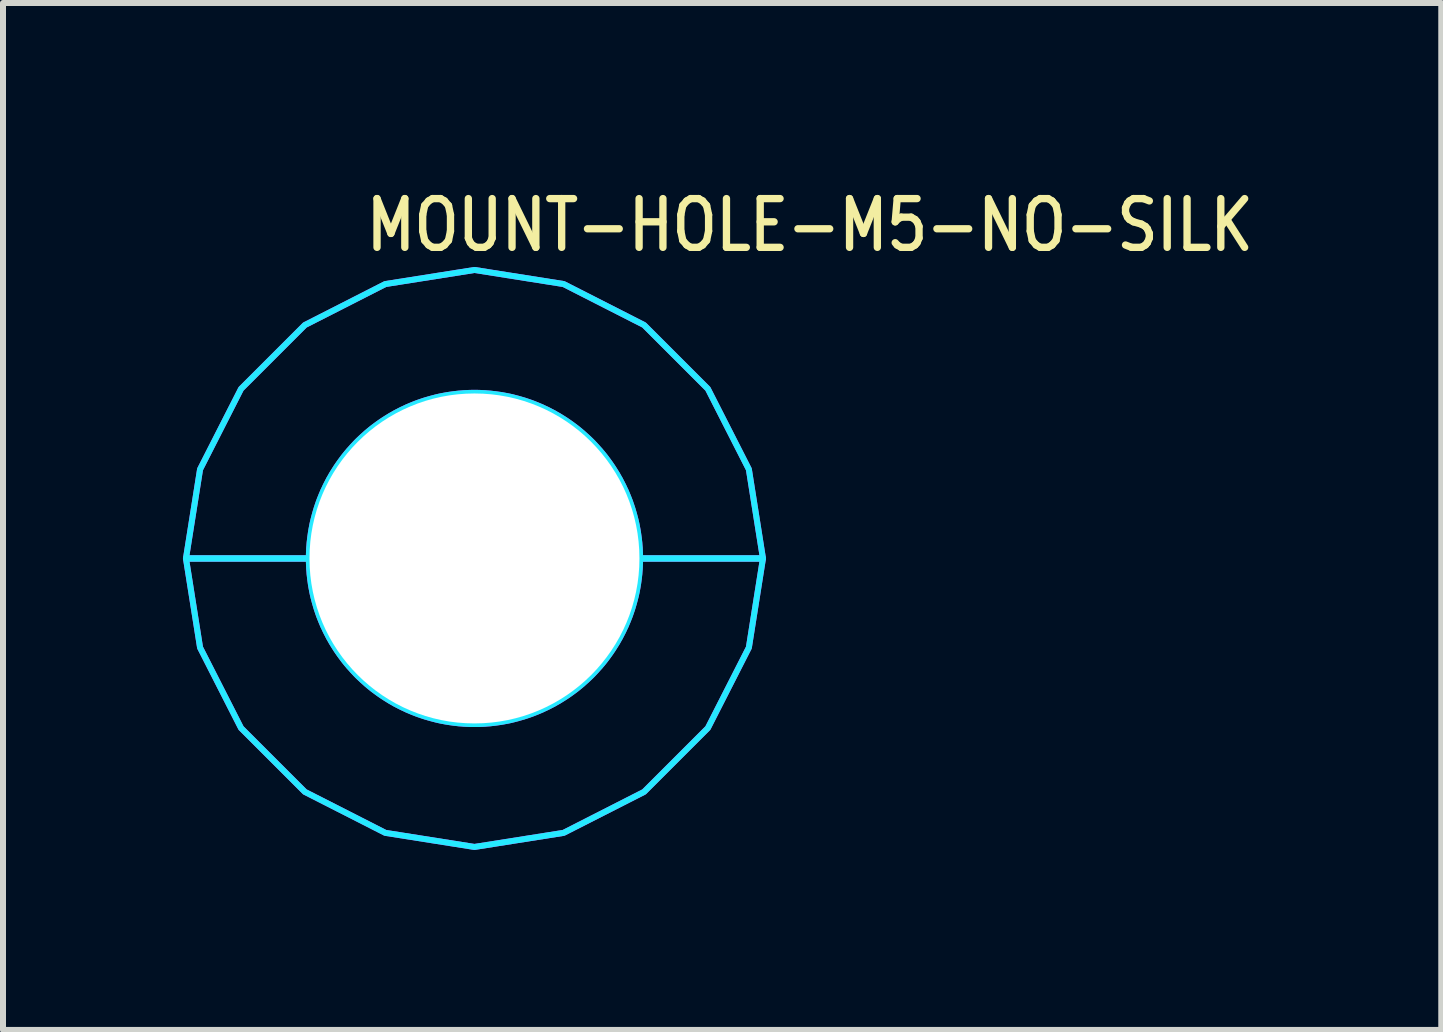
<source format=kicad_pcb>
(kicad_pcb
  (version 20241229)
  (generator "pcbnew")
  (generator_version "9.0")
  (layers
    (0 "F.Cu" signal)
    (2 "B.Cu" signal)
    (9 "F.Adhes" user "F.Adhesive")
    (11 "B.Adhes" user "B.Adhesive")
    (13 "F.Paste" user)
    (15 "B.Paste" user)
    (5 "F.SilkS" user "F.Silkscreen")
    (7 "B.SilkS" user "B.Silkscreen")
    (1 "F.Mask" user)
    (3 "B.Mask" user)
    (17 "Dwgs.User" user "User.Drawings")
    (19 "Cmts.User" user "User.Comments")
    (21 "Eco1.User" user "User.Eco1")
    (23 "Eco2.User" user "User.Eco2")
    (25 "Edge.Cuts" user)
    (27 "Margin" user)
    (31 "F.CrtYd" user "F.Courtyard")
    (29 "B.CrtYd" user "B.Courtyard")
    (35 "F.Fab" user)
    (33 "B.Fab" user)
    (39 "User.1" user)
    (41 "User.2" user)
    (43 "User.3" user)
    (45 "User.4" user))
  (footprint "MOUNT-HOLE-M5-NO-SILK"
    (layer "F.Cu")
    (at 4.859 6.259)
    (property "Reference" "MOUNT-HOLE-M5-NO-SILK" (at -1.87 -5.08 0) (unlocked yes) (layer "F.SilkS") (effects (font (size 0.813 0.695) (thickness 0.122)) (justify left bottom)))
    (fp_circle (center 0 0) (end 4.55 0) (stroke (width 0) (type solid)) (fill yes) (layer "F.Mask"))
    (fp_circle (center 0 0) (end 4.75 0) (stroke (width 0) (type solid)) (fill yes) (layer "F.Mask"))
    (fp_circle (center 0 0) (end 4.75 0) (stroke (width 0) (type solid)) (fill yes) (layer "F.Mask"))
    (fp_circle (center 0 0) (end 4.55 0) (stroke (width 0) (type solid)) (fill yes) (layer "B.Mask"))
    (fp_circle (center 0 0) (end 4.75 0) (stroke (width 0) (type solid)) (fill yes) (layer "B.Mask"))
    (fp_poly (pts (xy -4.809 0) (xy -4.574 -1.486) (xy -3.891 -2.827) (xy -2.827 -3.891) (xy -1.486 -4.574) (xy 0 -4.809) (xy 1.486 -4.574) (xy 2.827 -3.891) (xy 3.891 -2.827) (xy 4.574 -1.486) (xy 4.809 0) (xy 2.76 0) (xy 2.76 -0.000078) (xy 2.76 -0.043) (xy 2.76 -0.043) (xy 2.759 -0.087) (xy 2.759 -0.087) (xy 2.757 -0.13) (xy 2.757 -0.13) (xy 2.755 -0.173) (xy 2.755 -0.173) (xy 2.751 -0.216) (xy 2.751 -0.217) (xy 2.748 -0.26) (xy 2.748 -0.26) (xy 2.743 -0.303) (xy 2.743 -0.303) (xy 2.738 -0.346) (xy 2.738 -0.346) (xy 2.732 -0.389) (xy 2.732 -0.389) (xy 2.726 -0.432) (xy 2.726 -0.432) (xy 2.719 -0.474) (xy 2.719 -0.475) (xy 2.711 -0.517) (xy 2.711 -0.517) (xy 2.703 -0.56) (xy 2.703 -0.56) (xy 2.694 -0.602) (xy 2.694 -0.602) (xy 2.684 -0.644) (xy 2.684 -0.644) (xy 2.673 -0.686) (xy 2.673 -0.686) (xy 2.662 -0.728) (xy 2.662 -0.728) (xy 2.65 -0.77) (xy 2.65 -0.77) (xy 2.638 -0.811) (xy 2.638 -0.812) (xy 2.625 -0.853) (xy 2.625 -0.853) (xy 2.611 -0.894) (xy 2.611 -0.894) (xy 2.597 -0.935) (xy 2.597 -0.935) (xy 2.582 -0.976) (xy 2.582 -0.976) (xy 2.566 -1.016) (xy 2.566 -1.016) (xy 2.55 -1.056) (xy 2.55 -1.056) (xy 2.533 -1.096) (xy 2.533 -1.096) (xy 2.516 -1.136) (xy 2.515 -1.136) (xy 2.497 -1.175) (xy 2.497 -1.175) (xy 2.479 -1.214) (xy 2.479 -1.214) (xy 2.459 -1.253) (xy 2.459 -1.253) (xy 2.439 -1.291) (xy 2.439 -1.292) (xy 2.419 -1.33) (xy 2.419 -1.33) (xy 2.397 -1.367) (xy 2.397 -1.368) (xy 2.376 -1.405) (xy 2.376 -1.405) (xy 2.353 -1.442) (xy 2.353 -1.442) (xy 2.33 -1.479) (xy 2.33 -1.479) (xy 2.307 -1.515) (xy 2.307 -1.515) (xy 2.283 -1.551) (xy 2.283 -1.551) (xy 2.258 -1.587) (xy 2.258 -1.587) (xy 2.233 -1.622) (xy 2.233 -1.622) (xy 2.207 -1.657) (xy 2.207 -1.657) (xy 2.181 -1.692) (xy 2.181 -1.692) (xy 2.154 -1.726) (xy 2.154 -1.726) (xy 2.127 -1.759) (xy 2.127 -1.759) (xy 2.099 -1.792) (xy 2.099 -1.793) (xy 2.07 -1.825) (xy 2.07 -1.825) (xy 2.041 -1.857) (xy 2.041 -1.858) (xy 2.012 -1.889) (xy 2.012 -1.889) (xy 1.982 -1.921) (xy 1.982 -1.921) (xy 1.952 -1.952) (xy 1.952 -1.952) (xy 1.921 -1.982) (xy 1.921 -1.982) (xy 1.889 -2.012) (xy 1.889 -2.012) (xy 1.858 -2.041) (xy 1.857 -2.041) (xy 1.825 -2.07) (xy 1.825 -2.07) (xy 1.793 -2.099) (xy 1.792 -2.099) (xy 1.759 -2.127) (xy 1.759 -2.127) (xy 1.726 -2.154) (xy 1.726 -2.154) (xy 1.692 -2.181) (xy 1.692 -2.181) (xy 1.657 -2.207) (xy 1.657 -2.207) (xy 1.622 -2.233) (xy 1.622 -2.233) (xy 1.587 -2.258) (xy 1.587 -2.258) (xy 1.551 -2.283) (xy 1.551 -2.283) (xy 1.515 -2.307) (xy 1.515 -2.307) (xy 1.479 -2.33) (xy 1.479 -2.33) (xy 1.442 -2.353) (xy 1.442 -2.353) (xy 1.405 -2.376) (xy 1.405 -2.376) (xy 1.368 -2.397) (xy 1.367 -2.397) (xy 1.33 -2.419) (xy 1.33 -2.419) (xy 1.292 -2.439) (xy 1.291 -2.439) (xy 1.253 -2.459) (xy 1.253 -2.459) (xy 1.214 -2.479) (xy 1.214 -2.479) (xy 1.175 -2.497) (xy 1.175 -2.497) (xy 1.136 -2.515) (xy 1.136 -2.516) (xy 1.096 -2.533) (xy 1.096 -2.533) (xy 1.056 -2.55) (xy 1.056 -2.55) (xy 1.016 -2.566) (xy 1.016 -2.566) (xy 0.976 -2.582) (xy 0.976 -2.582) (xy 0.935 -2.597) (xy 0.935 -2.597) (xy 0.894 -2.611) (xy 0.894 -2.611) (xy 0.853 -2.625) (xy 0.853 -2.625) (xy 0.812 -2.638) (xy 0.811 -2.638) (xy 0.77 -2.65) (xy 0.77 -2.65) (xy 0.728 -2.662) (xy 0.728 -2.662) (xy 0.686 -2.673) (xy 0.686 -2.673) (xy 0.644 -2.684) (xy 0.644 -2.684) (xy 0.602 -2.694) (xy 0.602 -2.694) (xy 0.56 -2.703) (xy 0.56 -2.703) (xy 0.517 -2.711) (xy 0.517 -2.711) (xy 0.475 -2.719) (xy 0.474 -2.719) (xy 0.432 -2.726) (xy 0.432 -2.726) (xy 0.389 -2.732) (xy 0.389 -2.732) (xy 0.346 -2.738) (xy 0.346 -2.738) (xy 0.303 -2.743) (xy 0.303 -2.743) (xy 0.26 -2.748) (xy 0.26 -2.748) (xy 0.217 -2.751) (xy 0.216 -2.751) (xy 0.173 -2.755) (xy 0.173 -2.755) (xy 0.13 -2.757) (xy 0.13 -2.757) (xy 0.087 -2.759) (xy 0.087 -2.759) (xy 0.043 -2.76) (xy 0.043 -2.76) (xy 0.000078 -2.76) (xy -0.000078 -2.76) (xy -0.043 -2.76) (xy -0.043 -2.76) (xy -0.087 -2.759) (xy -0.087 -2.759) (xy -0.13 -2.757) (xy -0.13 -2.757) (xy -0.173 -2.755) (xy -0.173 -2.755) (xy -0.216 -2.751) (xy -0.217 -2.751) (xy -0.26 -2.748) (xy -0.26 -2.748) (xy -0.303 -2.743) (xy -0.303 -2.743) (xy -0.346 -2.738) (xy -0.346 -2.738) (xy -0.389 -2.732) (xy -0.389 -2.732) (xy -0.432 -2.726) (xy -0.432 -2.726) (xy -0.474 -2.719) (xy -0.475 -2.719) (xy -0.517 -2.711) (xy -0.517 -2.711) (xy -0.56 -2.703) (xy -0.56 -2.703) (xy -0.602 -2.694) (xy -0.602 -2.694) (xy -0.644 -2.684) (xy -0.644 -2.684) (xy -0.686 -2.673) (xy -0.686 -2.673) (xy -0.728 -2.662) (xy -0.728 -2.662) (xy -0.77 -2.65) (xy -0.77 -2.65) (xy -0.811 -2.638) (xy -0.812 -2.638) (xy -0.853 -2.625) (xy -0.853 -2.625) (xy -0.894 -2.611) (xy -0.894 -2.611) (xy -0.935 -2.597) (xy -0.935 -2.597) (xy -0.976 -2.582) (xy -0.976 -2.582) (xy -1.016 -2.566) (xy -1.016 -2.566) (xy -1.056 -2.55) (xy -1.056 -2.55) (xy -1.096 -2.533) (xy -1.096 -2.533) (xy -1.136 -2.516) (xy -1.136 -2.515) (xy -1.175 -2.497) (xy -1.175 -2.497) (xy -1.214 -2.479) (xy -1.214 -2.479) (xy -1.253 -2.459) (xy -1.253 -2.459) (xy -1.291 -2.439) (xy -1.292 -2.439) (xy -1.33 -2.419) (xy -1.33 -2.419) (xy -1.367 -2.397) (xy -1.368 -2.397) (xy -1.405 -2.376) (xy -1.405 -2.376) (xy -1.442 -2.353) (xy -1.442 -2.353) (xy -1.479 -2.33) (xy -1.479 -2.33) (xy -1.515 -2.307) (xy -1.515 -2.307) (xy -1.551 -2.283) (xy -1.551 -2.283) (xy -1.587 -2.258) (xy -1.587 -2.258) (xy -1.622 -2.233) (xy -1.622 -2.233) (xy -1.657 -2.207) (xy -1.657 -2.207) (xy -1.692 -2.181) (xy -1.692 -2.181) (xy -1.726 -2.154) (xy -1.726 -2.154) (xy -1.759 -2.127) (xy -1.759 -2.127) (xy -1.792 -2.099) (xy -1.793 -2.099) (xy -1.825 -2.07) (xy -1.825 -2.07) (xy -1.857 -2.041) (xy -1.858 -2.041) (xy -1.889 -2.012) (xy -1.889 -2.012) (xy -1.921 -1.982) (xy -1.921 -1.982) (xy -1.952 -1.952) (xy -1.952 -1.952) (xy -1.982 -1.921) (xy -1.982 -1.921) (xy -2.012 -1.889) (xy -2.012 -1.889) (xy -2.041 -1.858) (xy -2.041 -1.857) (xy -2.07 -1.825) (xy -2.07 -1.825) (xy -2.099 -1.793) (xy -2.099 -1.792) (xy -2.127 -1.759) (xy -2.127 -1.759) (xy -2.154 -1.726) (xy -2.154 -1.726) (xy -2.181 -1.692) (xy -2.181 -1.692) (xy -2.207 -1.657) (xy -2.207 -1.657) (xy -2.233 -1.622) (xy -2.233 -1.622) (xy -2.258 -1.587) (xy -2.258 -1.587) (xy -2.283 -1.551) (xy -2.283 -1.551) (xy -2.307 -1.515) (xy -2.307 -1.515) (xy -2.33 -1.479) (xy -2.33 -1.479) (xy -2.353 -1.442) (xy -2.353 -1.442) (xy -2.376 -1.405) (xy -2.376 -1.405) (xy -2.397 -1.368) (xy -2.397 -1.367) (xy -2.419 -1.33) (xy -2.419 -1.33) (xy -2.439 -1.292) (xy -2.439 -1.291) (xy -2.459 -1.253) (xy -2.459 -1.253) (xy -2.479 -1.214) (xy -2.479 -1.214) (xy -2.497 -1.175) (xy -2.497 -1.175) (xy -2.515 -1.136) (xy -2.516 -1.136) (xy -2.533 -1.096) (xy -2.533 -1.096) (xy -2.55 -1.056) (xy -2.55 -1.056) (xy -2.566 -1.016) (xy -2.566 -1.016) (xy -2.582 -0.976) (xy -2.582 -0.976) (xy -2.597 -0.935) (xy -2.597 -0.935) (xy -2.611 -0.894) (xy -2.611 -0.894) (xy -2.625 -0.853) (xy -2.625 -0.853) (xy -2.638 -0.812) (xy -2.638 -0.811) (xy -2.65 -0.77) (xy -2.65 -0.77) (xy -2.662 -0.728) (xy -2.662 -0.728) (xy -2.673 -0.686) (xy -2.673 -0.686) (xy -2.684 -0.644) (xy -2.684 -0.644) (xy -2.694 -0.602) (xy -2.694 -0.602) (xy -2.703 -0.56) (xy -2.703 -0.56) (xy -2.711 -0.517) (xy -2.711 -0.517) (xy -2.719 -0.475) (xy -2.719 -0.474) (xy -2.726 -0.432) (xy -2.726 -0.432) (xy -2.732 -0.389) (xy -2.732 -0.389) (xy -2.738 -0.346) (xy -2.738 -0.346) (xy -2.743 -0.303) (xy -2.743 -0.303) (xy -2.748 -0.26) (xy -2.748 -0.26) (xy -2.751 -0.217) (xy -2.751 -0.216) (xy -2.755 -0.173) (xy -2.755 -0.173) (xy -2.757 -0.13) (xy -2.757 -0.13) (xy -2.759 -0.087) (xy -2.759 -0.087) (xy -2.76 -0.043) (xy -2.76 -0.043) (xy -2.76 -0.000078) (xy -2.76 0)) (stroke (width 0.1) (type solid)) (fill no) (layer "B.CrtYd"))
    (fp_poly (pts (xy 4.574 1.486) (xy 3.891 2.827) (xy 2.827 3.891) (xy 1.486 4.574) (xy 0 4.809) (xy -1.486 4.574) (xy -2.827 3.891) (xy -3.891 2.827) (xy -4.574 1.486) (xy -4.809 0) (xy -2.76 0) (xy -2.76 0.000078) (xy -2.76 0.043) (xy -2.76 0.043) (xy -2.759 0.087) (xy -2.759 0.087) (xy -2.757 0.13) (xy -2.757 0.13) (xy -2.755 0.173) (xy -2.755 0.173) (xy -2.751 0.216) (xy -2.751 0.217) (xy -2.748 0.26) (xy -2.748 0.26) (xy -2.743 0.303) (xy -2.743 0.303) (xy -2.738 0.346) (xy -2.738 0.346) (xy -2.732 0.389) (xy -2.732 0.389) (xy -2.726 0.432) (xy -2.726 0.432) (xy -2.719 0.474) (xy -2.719 0.475) (xy -2.711 0.517) (xy -2.711 0.517) (xy -2.703 0.56) (xy -2.703 0.56) (xy -2.694 0.602) (xy -2.694 0.602) (xy -2.684 0.644) (xy -2.684 0.644) (xy -2.673 0.686) (xy -2.673 0.686) (xy -2.662 0.728) (xy -2.662 0.728) (xy -2.65 0.77) (xy -2.65 0.77) (xy -2.638 0.811) (xy -2.638 0.812) (xy -2.625 0.853) (xy -2.625 0.853) (xy -2.611 0.894) (xy -2.611 0.894) (xy -2.597 0.935) (xy -2.597 0.935) (xy -2.582 0.976) (xy -2.582 0.976) (xy -2.566 1.016) (xy -2.566 1.016) (xy -2.55 1.056) (xy -2.55 1.056) (xy -2.533 1.096) (xy -2.533 1.096) (xy -2.516 1.136) (xy -2.515 1.136) (xy -2.497 1.175) (xy -2.497 1.175) (xy -2.479 1.214) (xy -2.479 1.214) (xy -2.459 1.253) (xy -2.459 1.253) (xy -2.439 1.291) (xy -2.439 1.292) (xy -2.419 1.33) (xy -2.419 1.33) (xy -2.397 1.367) (xy -2.397 1.368) (xy -2.376 1.405) (xy -2.376 1.405) (xy -2.353 1.442) (xy -2.353 1.442) (xy -2.33 1.479) (xy -2.33 1.479) (xy -2.307 1.515) (xy -2.307 1.515) (xy -2.283 1.551) (xy -2.283 1.551) (xy -2.258 1.587) (xy -2.258 1.587) (xy -2.233 1.622) (xy -2.233 1.622) (xy -2.207 1.657) (xy -2.207 1.657) (xy -2.181 1.692) (xy -2.181 1.692) (xy -2.154 1.726) (xy -2.154 1.726) (xy -2.127 1.759) (xy -2.127 1.759) (xy -2.099 1.792) (xy -2.099 1.793) (xy -2.07 1.825) (xy -2.07 1.825) (xy -2.041 1.857) (xy -2.041 1.858) (xy -2.012 1.889) (xy -2.012 1.889) (xy -1.982 1.921) (xy -1.982 1.921) (xy -1.952 1.952) (xy -1.952 1.952) (xy -1.921 1.982) (xy -1.921 1.982) (xy -1.889 2.012) (xy -1.889 2.012) (xy -1.858 2.041) (xy -1.857 2.041) (xy -1.825 2.07) (xy -1.825 2.07) (xy -1.793 2.099) (xy -1.792 2.099) (xy -1.759 2.127) (xy -1.759 2.127) (xy -1.726 2.154) (xy -1.726 2.154) (xy -1.692 2.181) (xy -1.692 2.181) (xy -1.657 2.207) (xy -1.657 2.207) (xy -1.622 2.233) (xy -1.622 2.233) (xy -1.587 2.258) (xy -1.587 2.258) (xy -1.551 2.283) (xy -1.551 2.283) (xy -1.515 2.307) (xy -1.515 2.307) (xy -1.479 2.33) (xy -1.479 2.33) (xy -1.442 2.353) (xy -1.442 2.353) (xy -1.405 2.376) (xy -1.405 2.376) (xy -1.368 2.397) (xy -1.367 2.397) (xy -1.33 2.419) (xy -1.33 2.419) (xy -1.292 2.439) (xy -1.291 2.439) (xy -1.253 2.459) (xy -1.253 2.459) (xy -1.214 2.479) (xy -1.214 2.479) (xy -1.175 2.497) (xy -1.175 2.497) (xy -1.136 2.515) (xy -1.136 2.516) (xy -1.096 2.533) (xy -1.096 2.533) (xy -1.056 2.55) (xy -1.056 2.55) (xy -1.016 2.566) (xy -1.016 2.566) (xy -0.976 2.582) (xy -0.976 2.582) (xy -0.935 2.597) (xy -0.935 2.597) (xy -0.894 2.611) (xy -0.894 2.611) (xy -0.853 2.625) (xy -0.853 2.625) (xy -0.812 2.638) (xy -0.811 2.638) (xy -0.77 2.65) (xy -0.77 2.65) (xy -0.728 2.662) (xy -0.728 2.662) (xy -0.686 2.673) (xy -0.686 2.673) (xy -0.644 2.684) (xy -0.644 2.684) (xy -0.602 2.694) (xy -0.602 2.694) (xy -0.56 2.703) (xy -0.56 2.703) (xy -0.517 2.711) (xy -0.517 2.711) (xy -0.475 2.719) (xy -0.474 2.719) (xy -0.432 2.726) (xy -0.432 2.726) (xy -0.389 2.732) (xy -0.389 2.732) (xy -0.346 2.738) (xy -0.346 2.738) (xy -0.303 2.743) (xy -0.303 2.743) (xy -0.26 2.748) (xy -0.26 2.748) (xy -0.217 2.751) (xy -0.216 2.751) (xy -0.173 2.755) (xy -0.173 2.755) (xy -0.13 2.757) (xy -0.13 2.757) (xy -0.087 2.759) (xy -0.087 2.759) (xy -0.043 2.76) (xy -0.043 2.76) (xy -0.000078 2.76) (xy 0.000078 2.76) (xy 0.043 2.76) (xy 0.043 2.76) (xy 0.087 2.759) (xy 0.087 2.759) (xy 0.13 2.757) (xy 0.13 2.757) (xy 0.173 2.755) (xy 0.173 2.755) (xy 0.216 2.751) (xy 0.217 2.751) (xy 0.26 2.748) (xy 0.26 2.748) (xy 0.303 2.743) (xy 0.303 2.743) (xy 0.346 2.738) (xy 0.346 2.738) (xy 0.389 2.732) (xy 0.389 2.732) (xy 0.432 2.726) (xy 0.432 2.726) (xy 0.474 2.719) (xy 0.475 2.719) (xy 0.517 2.711) (xy 0.517 2.711) (xy 0.56 2.703) (xy 0.56 2.703) (xy 0.602 2.694) (xy 0.602 2.694) (xy 0.644 2.684) (xy 0.644 2.684) (xy 0.686 2.673) (xy 0.686 2.673) (xy 0.728 2.662) (xy 0.728 2.662) (xy 0.77 2.65) (xy 0.77 2.65) (xy 0.811 2.638) (xy 0.812 2.638) (xy 0.853 2.625) (xy 0.853 2.625) (xy 0.894 2.611) (xy 0.894 2.611) (xy 0.935 2.597) (xy 0.935 2.597) (xy 0.976 2.582) (xy 0.976 2.582) (xy 1.016 2.566) (xy 1.016 2.566) (xy 1.056 2.55) (xy 1.056 2.55) (xy 1.096 2.533) (xy 1.096 2.533) (xy 1.136 2.516) (xy 1.136 2.515) (xy 1.175 2.497) (xy 1.175 2.497) (xy 1.214 2.479) (xy 1.214 2.479) (xy 1.253 2.459) (xy 1.253 2.459) (xy 1.291 2.439) (xy 1.292 2.439) (xy 1.33 2.419) (xy 1.33 2.419) (xy 1.367 2.397) (xy 1.368 2.397) (xy 1.405 2.376) (xy 1.405 2.376) (xy 1.442 2.353) (xy 1.442 2.353) (xy 1.479 2.33) (xy 1.479 2.33) (xy 1.515 2.307) (xy 1.515 2.307) (xy 1.551 2.283) (xy 1.551 2.283) (xy 1.587 2.258) (xy 1.587 2.258) (xy 1.622 2.233) (xy 1.622 2.233) (xy 1.657 2.207) (xy 1.657 2.207) (xy 1.692 2.181) (xy 1.692 2.181) (xy 1.726 2.154) (xy 1.726 2.154) (xy 1.759 2.127) (xy 1.759 2.127) (xy 1.792 2.099) (xy 1.793 2.099) (xy 1.825 2.07) (xy 1.825 2.07) (xy 1.857 2.041) (xy 1.858 2.041) (xy 1.889 2.012) (xy 1.889 2.012) (xy 1.921 1.982) (xy 1.921 1.982) (xy 1.952 1.952) (xy 1.952 1.952) (xy 1.982 1.921) (xy 1.982 1.921) (xy 2.012 1.889) (xy 2.012 1.889) (xy 2.041 1.858) (xy 2.041 1.857) (xy 2.07 1.825) (xy 2.07 1.825) (xy 2.099 1.793) (xy 2.099 1.792) (xy 2.127 1.759) (xy 2.127 1.759) (xy 2.154 1.726) (xy 2.154 1.726) (xy 2.181 1.692) (xy 2.181 1.692) (xy 2.207 1.657) (xy 2.207 1.657) (xy 2.233 1.622) (xy 2.233 1.622) (xy 2.258 1.587) (xy 2.258 1.587) (xy 2.283 1.551) (xy 2.283 1.551) (xy 2.307 1.515) (xy 2.307 1.515) (xy 2.33 1.479) (xy 2.33 1.479) (xy 2.353 1.442) (xy 2.353 1.442) (xy 2.376 1.405) (xy 2.376 1.405) (xy 2.397 1.368) (xy 2.397 1.367) (xy 2.419 1.33) (xy 2.419 1.33) (xy 2.439 1.292) (xy 2.439 1.291) (xy 2.459 1.253) (xy 2.459 1.253) (xy 2.479 1.214) (xy 2.479 1.214) (xy 2.497 1.175) (xy 2.497 1.175) (xy 2.515 1.136) (xy 2.516 1.136) (xy 2.533 1.096) (xy 2.533 1.096) (xy 2.55 1.056) (xy 2.55 1.056) (xy 2.566 1.016) (xy 2.566 1.016) (xy 2.582 0.976) (xy 2.582 0.976) (xy 2.597 0.935) (xy 2.597 0.935) (xy 2.611 0.894) (xy 2.611 0.894) (xy 2.625 0.853) (xy 2.625 0.853) (xy 2.638 0.812) (xy 2.638 0.811) (xy 2.65 0.77) (xy 2.65 0.77) (xy 2.662 0.728) (xy 2.662 0.728) (xy 2.673 0.686) (xy 2.673 0.686) (xy 2.684 0.644) (xy 2.684 0.644) (xy 2.694 0.602) (xy 2.694 0.602) (xy 2.703 0.56) (xy 2.703 0.56) (xy 2.711 0.517) (xy 2.711 0.517) (xy 2.719 0.475) (xy 2.719 0.474) (xy 2.726 0.432) (xy 2.726 0.432) (xy 2.732 0.389) (xy 2.732 0.389) (xy 2.738 0.346) (xy 2.738 0.346) (xy 2.743 0.303) (xy 2.743 0.303) (xy 2.748 0.26) (xy 2.748 0.26) (xy 2.751 0.217) (xy 2.751 0.216) (xy 2.755 0.173) (xy 2.755 0.173) (xy 2.757 0.13) (xy 2.757 0.13) (xy 2.759 0.087) (xy 2.759 0.087) (xy 2.76 0.043) (xy 2.76 0.043) (xy 2.76 0.000078) (xy 2.76 0) (xy 4.809 0)) (stroke (width 0.1) (type solid)) (fill no) (layer "B.CrtYd"))
    (fp_poly (pts (xy -4.809 0) (xy -4.574 -1.486) (xy -3.891 -2.827) (xy -2.827 -3.891) (xy -1.486 -4.574) (xy 0 -4.809) (xy 1.486 -4.574) (xy 2.827 -3.891) (xy 3.891 -2.827) (xy 4.574 -1.486) (xy 4.809 0) (xy 2.76 0) (xy 2.76 -0.000078) (xy 2.76 -0.043) (xy 2.76 -0.043) (xy 2.759 -0.087) (xy 2.759 -0.087) (xy 2.757 -0.13) (xy 2.757 -0.13) (xy 2.755 -0.173) (xy 2.755 -0.173) (xy 2.751 -0.216) (xy 2.751 -0.217) (xy 2.748 -0.26) (xy 2.748 -0.26) (xy 2.743 -0.303) (xy 2.743 -0.303) (xy 2.738 -0.346) (xy 2.738 -0.346) (xy 2.732 -0.389) (xy 2.732 -0.389) (xy 2.726 -0.432) (xy 2.726 -0.432) (xy 2.719 -0.474) (xy 2.719 -0.475) (xy 2.711 -0.517) (xy 2.711 -0.517) (xy 2.703 -0.56) (xy 2.703 -0.56) (xy 2.694 -0.602) (xy 2.694 -0.602) (xy 2.684 -0.644) (xy 2.684 -0.644) (xy 2.673 -0.686) (xy 2.673 -0.686) (xy 2.662 -0.728) (xy 2.662 -0.728) (xy 2.65 -0.77) (xy 2.65 -0.77) (xy 2.638 -0.811) (xy 2.638 -0.812) (xy 2.625 -0.853) (xy 2.625 -0.853) (xy 2.611 -0.894) (xy 2.611 -0.894) (xy 2.597 -0.935) (xy 2.597 -0.935) (xy 2.582 -0.976) (xy 2.582 -0.976) (xy 2.566 -1.016) (xy 2.566 -1.016) (xy 2.55 -1.056) (xy 2.55 -1.056) (xy 2.533 -1.096) (xy 2.533 -1.096) (xy 2.516 -1.136) (xy 2.515 -1.136) (xy 2.497 -1.175) (xy 2.497 -1.175) (xy 2.479 -1.214) (xy 2.479 -1.214) (xy 2.459 -1.253) (xy 2.459 -1.253) (xy 2.439 -1.291) (xy 2.439 -1.292) (xy 2.419 -1.33) (xy 2.419 -1.33) (xy 2.397 -1.367) (xy 2.397 -1.368) (xy 2.376 -1.405) (xy 2.376 -1.405) (xy 2.353 -1.442) (xy 2.353 -1.442) (xy 2.33 -1.479) (xy 2.33 -1.479) (xy 2.307 -1.515) (xy 2.307 -1.515) (xy 2.283 -1.551) (xy 2.283 -1.551) (xy 2.258 -1.587) (xy 2.258 -1.587) (xy 2.233 -1.622) (xy 2.233 -1.622) (xy 2.207 -1.657) (xy 2.207 -1.657) (xy 2.181 -1.692) (xy 2.181 -1.692) (xy 2.154 -1.726) (xy 2.154 -1.726) (xy 2.127 -1.759) (xy 2.127 -1.759) (xy 2.099 -1.792) (xy 2.099 -1.793) (xy 2.07 -1.825) (xy 2.07 -1.825) (xy 2.041 -1.857) (xy 2.041 -1.858) (xy 2.012 -1.889) (xy 2.012 -1.889) (xy 1.982 -1.921) (xy 1.982 -1.921) (xy 1.952 -1.952) (xy 1.952 -1.952) (xy 1.921 -1.982) (xy 1.921 -1.982) (xy 1.889 -2.012) (xy 1.889 -2.012) (xy 1.858 -2.041) (xy 1.857 -2.041) (xy 1.825 -2.07) (xy 1.825 -2.07) (xy 1.793 -2.099) (xy 1.792 -2.099) (xy 1.759 -2.127) (xy 1.759 -2.127) (xy 1.726 -2.154) (xy 1.726 -2.154) (xy 1.692 -2.181) (xy 1.692 -2.181) (xy 1.657 -2.207) (xy 1.657 -2.207) (xy 1.622 -2.233) (xy 1.622 -2.233) (xy 1.587 -2.258) (xy 1.587 -2.258) (xy 1.551 -2.283) (xy 1.551 -2.283) (xy 1.515 -2.307) (xy 1.515 -2.307) (xy 1.479 -2.33) (xy 1.479 -2.33) (xy 1.442 -2.353) (xy 1.442 -2.353) (xy 1.405 -2.376) (xy 1.405 -2.376) (xy 1.368 -2.397) (xy 1.367 -2.397) (xy 1.33 -2.419) (xy 1.33 -2.419) (xy 1.292 -2.439) (xy 1.291 -2.439) (xy 1.253 -2.459) (xy 1.253 -2.459) (xy 1.214 -2.479) (xy 1.214 -2.479) (xy 1.175 -2.497) (xy 1.175 -2.497) (xy 1.136 -2.515) (xy 1.136 -2.516) (xy 1.096 -2.533) (xy 1.096 -2.533) (xy 1.056 -2.55) (xy 1.056 -2.55) (xy 1.016 -2.566) (xy 1.016 -2.566) (xy 0.976 -2.582) (xy 0.976 -2.582) (xy 0.935 -2.597) (xy 0.935 -2.597) (xy 0.894 -2.611) (xy 0.894 -2.611) (xy 0.853 -2.625) (xy 0.853 -2.625) (xy 0.812 -2.638) (xy 0.811 -2.638) (xy 0.77 -2.65) (xy 0.77 -2.65) (xy 0.728 -2.662) (xy 0.728 -2.662) (xy 0.686 -2.673) (xy 0.686 -2.673) (xy 0.644 -2.684) (xy 0.644 -2.684) (xy 0.602 -2.694) (xy 0.602 -2.694) (xy 0.56 -2.703) (xy 0.56 -2.703) (xy 0.517 -2.711) (xy 0.517 -2.711) (xy 0.475 -2.719) (xy 0.474 -2.719) (xy 0.432 -2.726) (xy 0.432 -2.726) (xy 0.389 -2.732) (xy 0.389 -2.732) (xy 0.346 -2.738) (xy 0.346 -2.738) (xy 0.303 -2.743) (xy 0.303 -2.743) (xy 0.26 -2.748) (xy 0.26 -2.748) (xy 0.217 -2.751) (xy 0.216 -2.751) (xy 0.173 -2.755) (xy 0.173 -2.755) (xy 0.13 -2.757) (xy 0.13 -2.757) (xy 0.087 -2.759) (xy 0.087 -2.759) (xy 0.043 -2.76) (xy 0.043 -2.76) (xy 0.000078 -2.76) (xy -0.000078 -2.76) (xy -0.043 -2.76) (xy -0.043 -2.76) (xy -0.087 -2.759) (xy -0.087 -2.759) (xy -0.13 -2.757) (xy -0.13 -2.757) (xy -0.173 -2.755) (xy -0.173 -2.755) (xy -0.216 -2.751) (xy -0.217 -2.751) (xy -0.26 -2.748) (xy -0.26 -2.748) (xy -0.303 -2.743) (xy -0.303 -2.743) (xy -0.346 -2.738) (xy -0.346 -2.738) (xy -0.389 -2.732) (xy -0.389 -2.732) (xy -0.432 -2.726) (xy -0.432 -2.726) (xy -0.474 -2.719) (xy -0.475 -2.719) (xy -0.517 -2.711) (xy -0.517 -2.711) (xy -0.56 -2.703) (xy -0.56 -2.703) (xy -0.602 -2.694) (xy -0.602 -2.694) (xy -0.644 -2.684) (xy -0.644 -2.684) (xy -0.686 -2.673) (xy -0.686 -2.673) (xy -0.728 -2.662) (xy -0.728 -2.662) (xy -0.77 -2.65) (xy -0.77 -2.65) (xy -0.811 -2.638) (xy -0.812 -2.638) (xy -0.853 -2.625) (xy -0.853 -2.625) (xy -0.894 -2.611) (xy -0.894 -2.611) (xy -0.935 -2.597) (xy -0.935 -2.597) (xy -0.976 -2.582) (xy -0.976 -2.582) (xy -1.016 -2.566) (xy -1.016 -2.566) (xy -1.056 -2.55) (xy -1.056 -2.55) (xy -1.096 -2.533) (xy -1.096 -2.533) (xy -1.136 -2.516) (xy -1.136 -2.515) (xy -1.175 -2.497) (xy -1.175 -2.497) (xy -1.214 -2.479) (xy -1.214 -2.479) (xy -1.253 -2.459) (xy -1.253 -2.459) (xy -1.291 -2.439) (xy -1.292 -2.439) (xy -1.33 -2.419) (xy -1.33 -2.419) (xy -1.367 -2.397) (xy -1.368 -2.397) (xy -1.405 -2.376) (xy -1.405 -2.376) (xy -1.442 -2.353) (xy -1.442 -2.353) (xy -1.479 -2.33) (xy -1.479 -2.33) (xy -1.515 -2.307) (xy -1.515 -2.307) (xy -1.551 -2.283) (xy -1.551 -2.283) (xy -1.587 -2.258) (xy -1.587 -2.258) (xy -1.622 -2.233) (xy -1.622 -2.233) (xy -1.657 -2.207) (xy -1.657 -2.207) (xy -1.692 -2.181) (xy -1.692 -2.181) (xy -1.726 -2.154) (xy -1.726 -2.154) (xy -1.759 -2.127) (xy -1.759 -2.127) (xy -1.792 -2.099) (xy -1.793 -2.099) (xy -1.825 -2.07) (xy -1.825 -2.07) (xy -1.857 -2.041) (xy -1.858 -2.041) (xy -1.889 -2.012) (xy -1.889 -2.012) (xy -1.921 -1.982) (xy -1.921 -1.982) (xy -1.952 -1.952) (xy -1.952 -1.952) (xy -1.982 -1.921) (xy -1.982 -1.921) (xy -2.012 -1.889) (xy -2.012 -1.889) (xy -2.041 -1.858) (xy -2.041 -1.857) (xy -2.07 -1.825) (xy -2.07 -1.825) (xy -2.099 -1.793) (xy -2.099 -1.792) (xy -2.127 -1.759) (xy -2.127 -1.759) (xy -2.154 -1.726) (xy -2.154 -1.726) (xy -2.181 -1.692) (xy -2.181 -1.692) (xy -2.207 -1.657) (xy -2.207 -1.657) (xy -2.233 -1.622) (xy -2.233 -1.622) (xy -2.258 -1.587) (xy -2.258 -1.587) (xy -2.283 -1.551) (xy -2.283 -1.551) (xy -2.307 -1.515) (xy -2.307 -1.515) (xy -2.33 -1.479) (xy -2.33 -1.479) (xy -2.353 -1.442) (xy -2.353 -1.442) (xy -2.376 -1.405) (xy -2.376 -1.405) (xy -2.397 -1.368) (xy -2.397 -1.367) (xy -2.419 -1.33) (xy -2.419 -1.33) (xy -2.439 -1.292) (xy -2.439 -1.291) (xy -2.459 -1.253) (xy -2.459 -1.253) (xy -2.479 -1.214) (xy -2.479 -1.214) (xy -2.497 -1.175) (xy -2.497 -1.175) (xy -2.515 -1.136) (xy -2.516 -1.136) (xy -2.533 -1.096) (xy -2.533 -1.096) (xy -2.55 -1.056) (xy -2.55 -1.056) (xy -2.566 -1.016) (xy -2.566 -1.016) (xy -2.582 -0.976) (xy -2.582 -0.976) (xy -2.597 -0.935) (xy -2.597 -0.935) (xy -2.611 -0.894) (xy -2.611 -0.894) (xy -2.625 -0.853) (xy -2.625 -0.853) (xy -2.638 -0.812) (xy -2.638 -0.811) (xy -2.65 -0.77) (xy -2.65 -0.77) (xy -2.662 -0.728) (xy -2.662 -0.728) (xy -2.673 -0.686) (xy -2.673 -0.686) (xy -2.684 -0.644) (xy -2.684 -0.644) (xy -2.694 -0.602) (xy -2.694 -0.602) (xy -2.703 -0.56) (xy -2.703 -0.56) (xy -2.711 -0.517) (xy -2.711 -0.517) (xy -2.719 -0.475) (xy -2.719 -0.474) (xy -2.726 -0.432) (xy -2.726 -0.432) (xy -2.732 -0.389) (xy -2.732 -0.389) (xy -2.738 -0.346) (xy -2.738 -0.346) (xy -2.743 -0.303) (xy -2.743 -0.303) (xy -2.748 -0.26) (xy -2.748 -0.26) (xy -2.751 -0.217) (xy -2.751 -0.216) (xy -2.755 -0.173) (xy -2.755 -0.173) (xy -2.757 -0.13) (xy -2.757 -0.13) (xy -2.759 -0.087) (xy -2.759 -0.087) (xy -2.76 -0.043) (xy -2.76 -0.043) (xy -2.76 -0.000078) (xy -2.76 0)) (stroke (width 0.1) (type solid)) (fill no) (layer "F.CrtYd"))
    (fp_poly (pts (xy 4.574 1.486) (xy 3.891 2.827) (xy 2.827 3.891) (xy 1.486 4.574) (xy 0 4.809) (xy -1.486 4.574) (xy -2.827 3.891) (xy -3.891 2.827) (xy -4.574 1.486) (xy -4.809 0) (xy -2.76 0) (xy -2.76 0.000078) (xy -2.76 0.043) (xy -2.76 0.043) (xy -2.759 0.087) (xy -2.759 0.087) (xy -2.757 0.13) (xy -2.757 0.13) (xy -2.755 0.173) (xy -2.755 0.173) (xy -2.751 0.216) (xy -2.751 0.217) (xy -2.748 0.26) (xy -2.748 0.26) (xy -2.743 0.303) (xy -2.743 0.303) (xy -2.738 0.346) (xy -2.738 0.346) (xy -2.732 0.389) (xy -2.732 0.389) (xy -2.726 0.432) (xy -2.726 0.432) (xy -2.719 0.474) (xy -2.719 0.475) (xy -2.711 0.517) (xy -2.711 0.517) (xy -2.703 0.56) (xy -2.703 0.56) (xy -2.694 0.602) (xy -2.694 0.602) (xy -2.684 0.644) (xy -2.684 0.644) (xy -2.673 0.686) (xy -2.673 0.686) (xy -2.662 0.728) (xy -2.662 0.728) (xy -2.65 0.77) (xy -2.65 0.77) (xy -2.638 0.811) (xy -2.638 0.812) (xy -2.625 0.853) (xy -2.625 0.853) (xy -2.611 0.894) (xy -2.611 0.894) (xy -2.597 0.935) (xy -2.597 0.935) (xy -2.582 0.976) (xy -2.582 0.976) (xy -2.566 1.016) (xy -2.566 1.016) (xy -2.55 1.056) (xy -2.55 1.056) (xy -2.533 1.096) (xy -2.533 1.096) (xy -2.516 1.136) (xy -2.515 1.136) (xy -2.497 1.175) (xy -2.497 1.175) (xy -2.479 1.214) (xy -2.479 1.214) (xy -2.459 1.253) (xy -2.459 1.253) (xy -2.439 1.291) (xy -2.439 1.292) (xy -2.419 1.33) (xy -2.419 1.33) (xy -2.397 1.367) (xy -2.397 1.368) (xy -2.376 1.405) (xy -2.376 1.405) (xy -2.353 1.442) (xy -2.353 1.442) (xy -2.33 1.479) (xy -2.33 1.479) (xy -2.307 1.515) (xy -2.307 1.515) (xy -2.283 1.551) (xy -2.283 1.551) (xy -2.258 1.587) (xy -2.258 1.587) (xy -2.233 1.622) (xy -2.233 1.622) (xy -2.207 1.657) (xy -2.207 1.657) (xy -2.181 1.692) (xy -2.181 1.692) (xy -2.154 1.726) (xy -2.154 1.726) (xy -2.127 1.759) (xy -2.127 1.759) (xy -2.099 1.792) (xy -2.099 1.793) (xy -2.07 1.825) (xy -2.07 1.825) (xy -2.041 1.857) (xy -2.041 1.858) (xy -2.012 1.889) (xy -2.012 1.889) (xy -1.982 1.921) (xy -1.982 1.921) (xy -1.952 1.952) (xy -1.952 1.952) (xy -1.921 1.982) (xy -1.921 1.982) (xy -1.889 2.012) (xy -1.889 2.012) (xy -1.858 2.041) (xy -1.857 2.041) (xy -1.825 2.07) (xy -1.825 2.07) (xy -1.793 2.099) (xy -1.792 2.099) (xy -1.759 2.127) (xy -1.759 2.127) (xy -1.726 2.154) (xy -1.726 2.154) (xy -1.692 2.181) (xy -1.692 2.181) (xy -1.657 2.207) (xy -1.657 2.207) (xy -1.622 2.233) (xy -1.622 2.233) (xy -1.587 2.258) (xy -1.587 2.258) (xy -1.551 2.283) (xy -1.551 2.283) (xy -1.515 2.307) (xy -1.515 2.307) (xy -1.479 2.33) (xy -1.479 2.33) (xy -1.442 2.353) (xy -1.442 2.353) (xy -1.405 2.376) (xy -1.405 2.376) (xy -1.368 2.397) (xy -1.367 2.397) (xy -1.33 2.419) (xy -1.33 2.419) (xy -1.292 2.439) (xy -1.291 2.439) (xy -1.253 2.459) (xy -1.253 2.459) (xy -1.214 2.479) (xy -1.214 2.479) (xy -1.175 2.497) (xy -1.175 2.497) (xy -1.136 2.515) (xy -1.136 2.516) (xy -1.096 2.533) (xy -1.096 2.533) (xy -1.056 2.55) (xy -1.056 2.55) (xy -1.016 2.566) (xy -1.016 2.566) (xy -0.976 2.582) (xy -0.976 2.582) (xy -0.935 2.597) (xy -0.935 2.597) (xy -0.894 2.611) (xy -0.894 2.611) (xy -0.853 2.625) (xy -0.853 2.625) (xy -0.812 2.638) (xy -0.811 2.638) (xy -0.77 2.65) (xy -0.77 2.65) (xy -0.728 2.662) (xy -0.728 2.662) (xy -0.686 2.673) (xy -0.686 2.673) (xy -0.644 2.684) (xy -0.644 2.684) (xy -0.602 2.694) (xy -0.602 2.694) (xy -0.56 2.703) (xy -0.56 2.703) (xy -0.517 2.711) (xy -0.517 2.711) (xy -0.475 2.719) (xy -0.474 2.719) (xy -0.432 2.726) (xy -0.432 2.726) (xy -0.389 2.732) (xy -0.389 2.732) (xy -0.346 2.738) (xy -0.346 2.738) (xy -0.303 2.743) (xy -0.303 2.743) (xy -0.26 2.748) (xy -0.26 2.748) (xy -0.217 2.751) (xy -0.216 2.751) (xy -0.173 2.755) (xy -0.173 2.755) (xy -0.13 2.757) (xy -0.13 2.757) (xy -0.087 2.759) (xy -0.087 2.759) (xy -0.043 2.76) (xy -0.043 2.76) (xy -0.000078 2.76) (xy 0.000078 2.76) (xy 0.043 2.76) (xy 0.043 2.76) (xy 0.087 2.759) (xy 0.087 2.759) (xy 0.13 2.757) (xy 0.13 2.757) (xy 0.173 2.755) (xy 0.173 2.755) (xy 0.216 2.751) (xy 0.217 2.751) (xy 0.26 2.748) (xy 0.26 2.748) (xy 0.303 2.743) (xy 0.303 2.743) (xy 0.346 2.738) (xy 0.346 2.738) (xy 0.389 2.732) (xy 0.389 2.732) (xy 0.432 2.726) (xy 0.432 2.726) (xy 0.474 2.719) (xy 0.475 2.719) (xy 0.517 2.711) (xy 0.517 2.711) (xy 0.56 2.703) (xy 0.56 2.703) (xy 0.602 2.694) (xy 0.602 2.694) (xy 0.644 2.684) (xy 0.644 2.684) (xy 0.686 2.673) (xy 0.686 2.673) (xy 0.728 2.662) (xy 0.728 2.662) (xy 0.77 2.65) (xy 0.77 2.65) (xy 0.811 2.638) (xy 0.812 2.638) (xy 0.853 2.625) (xy 0.853 2.625) (xy 0.894 2.611) (xy 0.894 2.611) (xy 0.935 2.597) (xy 0.935 2.597) (xy 0.976 2.582) (xy 0.976 2.582) (xy 1.016 2.566) (xy 1.016 2.566) (xy 1.056 2.55) (xy 1.056 2.55) (xy 1.096 2.533) (xy 1.096 2.533) (xy 1.136 2.516) (xy 1.136 2.515) (xy 1.175 2.497) (xy 1.175 2.497) (xy 1.214 2.479) (xy 1.214 2.479) (xy 1.253 2.459) (xy 1.253 2.459) (xy 1.291 2.439) (xy 1.292 2.439) (xy 1.33 2.419) (xy 1.33 2.419) (xy 1.367 2.397) (xy 1.368 2.397) (xy 1.405 2.376) (xy 1.405 2.376) (xy 1.442 2.353) (xy 1.442 2.353) (xy 1.479 2.33) (xy 1.479 2.33) (xy 1.515 2.307) (xy 1.515 2.307) (xy 1.551 2.283) (xy 1.551 2.283) (xy 1.587 2.258) (xy 1.587 2.258) (xy 1.622 2.233) (xy 1.622 2.233) (xy 1.657 2.207) (xy 1.657 2.207) (xy 1.692 2.181) (xy 1.692 2.181) (xy 1.726 2.154) (xy 1.726 2.154) (xy 1.759 2.127) (xy 1.759 2.127) (xy 1.792 2.099) (xy 1.793 2.099) (xy 1.825 2.07) (xy 1.825 2.07) (xy 1.857 2.041) (xy 1.858 2.041) (xy 1.889 2.012) (xy 1.889 2.012) (xy 1.921 1.982) (xy 1.921 1.982) (xy 1.952 1.952) (xy 1.952 1.952) (xy 1.982 1.921) (xy 1.982 1.921) (xy 2.012 1.889) (xy 2.012 1.889) (xy 2.041 1.858) (xy 2.041 1.857) (xy 2.07 1.825) (xy 2.07 1.825) (xy 2.099 1.793) (xy 2.099 1.792) (xy 2.127 1.759) (xy 2.127 1.759) (xy 2.154 1.726) (xy 2.154 1.726) (xy 2.181 1.692) (xy 2.181 1.692) (xy 2.207 1.657) (xy 2.207 1.657) (xy 2.233 1.622) (xy 2.233 1.622) (xy 2.258 1.587) (xy 2.258 1.587) (xy 2.283 1.551) (xy 2.283 1.551) (xy 2.307 1.515) (xy 2.307 1.515) (xy 2.33 1.479) (xy 2.33 1.479) (xy 2.353 1.442) (xy 2.353 1.442) (xy 2.376 1.405) (xy 2.376 1.405) (xy 2.397 1.368) (xy 2.397 1.367) (xy 2.419 1.33) (xy 2.419 1.33) (xy 2.439 1.292) (xy 2.439 1.291) (xy 2.459 1.253) (xy 2.459 1.253) (xy 2.479 1.214) (xy 2.479 1.214) (xy 2.497 1.175) (xy 2.497 1.175) (xy 2.515 1.136) (xy 2.516 1.136) (xy 2.533 1.096) (xy 2.533 1.096) (xy 2.55 1.056) (xy 2.55 1.056) (xy 2.566 1.016) (xy 2.566 1.016) (xy 2.582 0.976) (xy 2.582 0.976) (xy 2.597 0.935) (xy 2.597 0.935) (xy 2.611 0.894) (xy 2.611 0.894) (xy 2.625 0.853) (xy 2.625 0.853) (xy 2.638 0.812) (xy 2.638 0.811) (xy 2.65 0.77) (xy 2.65 0.77) (xy 2.662 0.728) (xy 2.662 0.728) (xy 2.673 0.686) (xy 2.673 0.686) (xy 2.684 0.644) (xy 2.684 0.644) (xy 2.694 0.602) (xy 2.694 0.602) (xy 2.703 0.56) (xy 2.703 0.56) (xy 2.711 0.517) (xy 2.711 0.517) (xy 2.719 0.475) (xy 2.719 0.474) (xy 2.726 0.432) (xy 2.726 0.432) (xy 2.732 0.389) (xy 2.732 0.389) (xy 2.738 0.346) (xy 2.738 0.346) (xy 2.743 0.303) (xy 2.743 0.303) (xy 2.748 0.26) (xy 2.748 0.26) (xy 2.751 0.217) (xy 2.751 0.216) (xy 2.755 0.173) (xy 2.755 0.173) (xy 2.757 0.13) (xy 2.757 0.13) (xy 2.759 0.087) (xy 2.759 0.087) (xy 2.76 0.043) (xy 2.76 0.043) (xy 2.76 0.000078) (xy 2.76 0) (xy 4.809 0)) (stroke (width 0.1) (type solid)) (fill no) (layer "F.CrtYd"))
    (pad "" np_thru_hole circle (at 0 0) (size 5.5 5.5) (drill 5.5) (layers "*.Cu" "*.Mask")))
  (gr_rect
    (start -3 -3)
    (end 20.975 14.118)
    (stroke (width 0.1) (type default))
    (fill no)
    (layer "Edge.Cuts")))
</source>
